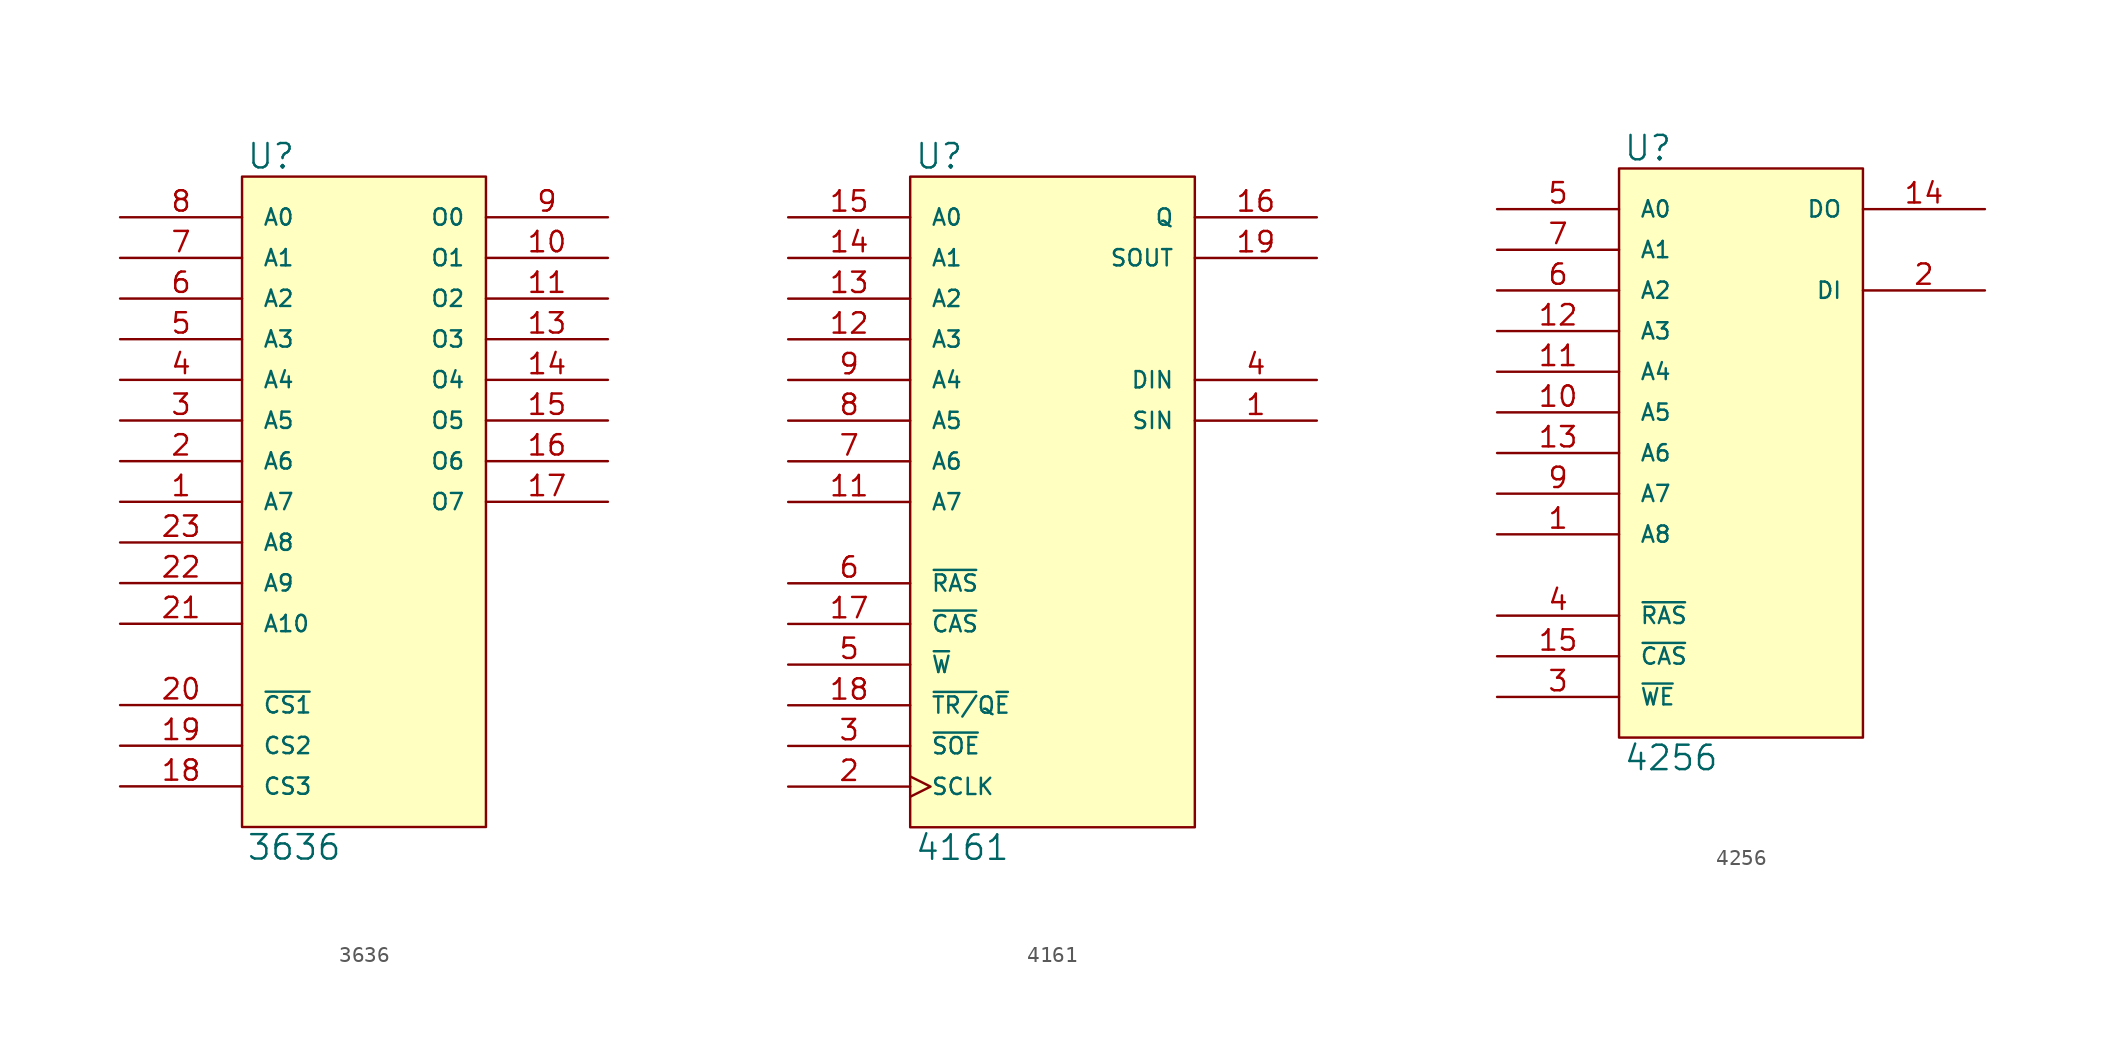
<source format=kicad_sym>
(kicad_symbol_lib
  (version 20231120)
  (generator "kicad_symbol_editor")
  (generator_version "8.0")
  (symbol "3636"
    (pin_names
      (offset 1.27))
    (property "Reference" "U"
      (at 0.254 0.381 0)
      (effects (font (size 1.524 1.524)) (justify left bottom)))
    (property "Value" "3636"
      (at 0.254 -41.021 0)
      (effects (font (size 1.524 1.524)) (justify left top)))
    (symbol "3636_0_1"
      (rectangle (start 0 0) (end 15.24 -40.64) (stroke (width 0) (type solid)) (fill (type background))))
    (symbol "3636_1_1"
      (pin input line (at -7.62 -20.32 0) (length 7.62) (name "A7" (effects (font (size 1.016 1.016)))) (number "1" (effects (font (size 1.27 1.27)))))
      (pin tri_state line (at 22.86 -5.08 180) (length 7.62) (name "O1" (effects (font (size 1.016 1.016)))) (number "10" (effects (font (size 1.27 1.27)))))
      (pin tri_state line (at 22.86 -7.62 180) (length 7.62) (name "O2" (effects (font (size 1.016 1.016)))) (number "11" (effects (font (size 1.27 1.27)))))
      (pin power_in line (at 0 -40.64 90) (length 0) hide (name "GND" (effects (font (size 1.016 1.016)))) (number "12" (effects (font (size 1.27 1.27)))))
      (pin tri_state line (at 22.86 -10.16 180) (length 7.62) (name "O3" (effects (font (size 1.016 1.016)))) (number "13" (effects (font (size 1.27 1.27)))))
      (pin tri_state line (at 22.86 -12.7 180) (length 7.62) (name "O4" (effects (font (size 1.016 1.016)))) (number "14" (effects (font (size 1.27 1.27)))))
      (pin tri_state line (at 22.86 -15.24 180) (length 7.62) (name "O5" (effects (font (size 1.016 1.016)))) (number "15" (effects (font (size 1.27 1.27)))))
      (pin tri_state line (at 22.86 -17.78 180) (length 7.62) (name "O6" (effects (font (size 1.016 1.016)))) (number "16" (effects (font (size 1.27 1.27)))))
      (pin tri_state line (at 22.86 -20.32 180) (length 7.62) (name "O7" (effects (font (size 1.016 1.016)))) (number "17" (effects (font (size 1.27 1.27)))))
      (pin input line (at -7.62 -38.1 0) (length 7.62) (name "CS3" (effects (font (size 1.016 1.016)))) (number "18" (effects (font (size 1.27 1.27)))))
      (pin input line (at -7.62 -35.56 0) (length 7.62) (name "CS2" (effects (font (size 1.016 1.016)))) (number "19" (effects (font (size 1.27 1.27)))))
      (pin input line (at -7.62 -17.78 0) (length 7.62) (name "A6" (effects (font (size 1.016 1.016)))) (number "2" (effects (font (size 1.27 1.27)))))
      (pin input line (at -7.62 -33.02 0) (length 7.62) (name "~{CS1}" (effects (font (size 1.016 1.016)))) (number "20" (effects (font (size 1.27 1.27)))))
      (pin input line (at -7.62 -27.94 0) (length 7.62) (name "A10" (effects (font (size 1.016 1.016)))) (number "21" (effects (font (size 1.27 1.27)))))
      (pin input line (at -7.62 -25.4 0) (length 7.62) (name "A9" (effects (font (size 1.016 1.016)))) (number "22" (effects (font (size 1.27 1.27)))))
      (pin input line (at -7.62 -22.86 0) (length 7.62) (name "A8" (effects (font (size 1.016 1.016)))) (number "23" (effects (font (size 1.27 1.27)))))
      (pin power_in line (at 0 0 270) (length 0) hide (name "VCC" (effects (font (size 1.016 1.016)))) (number "24" (effects (font (size 1.27 1.27)))))
      (pin input line (at -7.62 -15.24 0) (length 7.62) (name "A5" (effects (font (size 1.016 1.016)))) (number "3" (effects (font (size 1.27 1.27)))))
      (pin input line (at -7.62 -12.7 0) (length 7.62) (name "A4" (effects (font (size 1.016 1.016)))) (number "4" (effects (font (size 1.27 1.27)))))
      (pin input line (at -7.62 -10.16 0) (length 7.62) (name "A3" (effects (font (size 1.016 1.016)))) (number "5" (effects (font (size 1.27 1.27)))))
      (pin input line (at -7.62 -7.62 0) (length 7.62) (name "A2" (effects (font (size 1.016 1.016)))) (number "6" (effects (font (size 1.27 1.27)))))
      (pin input line (at -7.62 -5.08 0) (length 7.62) (name "A1" (effects (font (size 1.016 1.016)))) (number "7" (effects (font (size 1.27 1.27)))))
      (pin input line (at -7.62 -2.54 0) (length 7.62) (name "A0" (effects (font (size 1.016 1.016)))) (number "8" (effects (font (size 1.27 1.27)))))
      (pin tri_state line (at 22.86 -2.54 180) (length 7.62) (name "O0" (effects (font (size 1.016 1.016)))) (number "9" (effects (font (size 1.27 1.27)))))))
  (symbol "4161"
    (pin_names
      (offset 1.27))
    (property "Reference" "U"
      (at 0.254 0.381 0)
      (effects (font (size 1.524 1.524)) (justify left bottom)))
    (property "Value" "4161"
      (at 0.254 -41.021 0)
      (effects (font (size 1.524 1.524)) (justify left top)))
    (symbol "4161_0_1"
      (rectangle (start 0 0) (end 17.78 -40.64) (stroke (width 0) (type solid)) (fill (type background))))
    (symbol "4161_1_1"
      (pin input line (at 25.4 -15.24 180) (length 7.62) (name "SIN" (effects (font (size 1.016 1.016)))) (number "1" (effects (font (size 1.27 1.27)))))
      (pin power_in line (at 0 0 270) (length 0) hide (name "VDD" (effects (font (size 1.016 1.016)))) (number "10" (effects (font (size 1.27 1.27)))))
      (pin input line (at -7.62 -20.32 0) (length 7.62) (name "A7" (effects (font (size 1.016 1.016)))) (number "11" (effects (font (size 1.27 1.27)))))
      (pin input line (at -7.62 -10.16 0) (length 7.62) (name "A3" (effects (font (size 1.016 1.016)))) (number "12" (effects (font (size 1.27 1.27)))))
      (pin input line (at -7.62 -7.62 0) (length 7.62) (name "A2" (effects (font (size 1.016 1.016)))) (number "13" (effects (font (size 1.27 1.27)))))
      (pin input line (at -7.62 -5.08 0) (length 7.62) (name "A1" (effects (font (size 1.016 1.016)))) (number "14" (effects (font (size 1.27 1.27)))))
      (pin input line (at -7.62 -2.54 0) (length 7.62) (name "A0" (effects (font (size 1.016 1.016)))) (number "15" (effects (font (size 1.27 1.27)))))
      (pin tri_state line (at 25.4 -2.54 180) (length 7.62) (name "Q" (effects (font (size 1.016 1.016)))) (number "16" (effects (font (size 1.27 1.27)))))
      (pin input line (at -7.62 -27.94 0) (length 7.62) (name "~{CAS}" (effects (font (size 1.016 1.016)))) (number "17" (effects (font (size 1.27 1.27)))))
      (pin input line (at -7.62 -33.02 0) (length 7.62) (name "~{TR/}Q~{E}" (effects (font (size 1.016 1.016)))) (number "18" (effects (font (size 1.27 1.27)))))
      (pin output line (at 25.4 -5.08 180) (length 7.62) (name "SOUT" (effects (font (size 1.016 1.016)))) (number "19" (effects (font (size 1.27 1.27)))))
      (pin input clock (at -7.62 -38.1 0) (length 7.62) (name "SCLK" (effects (font (size 1.016 1.016)))) (number "2" (effects (font (size 1.27 1.27)))))
      (pin power_in line (at 0 -40.64 90) (length 0) hide (name "VSS" (effects (font (size 1.016 1.016)))) (number "20" (effects (font (size 1.27 1.27)))))
      (pin input line (at -7.62 -35.56 0) (length 7.62) (name "~{SOE}" (effects (font (size 1.016 1.016)))) (number "3" (effects (font (size 1.27 1.27)))))
      (pin input line (at 25.4 -12.7 180) (length 7.62) (name "DIN" (effects (font (size 1.016 1.016)))) (number "4" (effects (font (size 1.27 1.27)))))
      (pin input line (at -7.62 -30.48 0) (length 7.62) (name "~{W}" (effects (font (size 1.016 1.016)))) (number "5" (effects (font (size 1.27 1.27)))))
      (pin input line (at -7.62 -25.4 0) (length 7.62) (name "~{RAS}" (effects (font (size 1.016 1.016)))) (number "6" (effects (font (size 1.27 1.27)))))
      (pin input line (at -7.62 -17.78 0) (length 7.62) (name "A6" (effects (font (size 1.016 1.016)))) (number "7" (effects (font (size 1.27 1.27)))))
      (pin input line (at -7.62 -15.24 0) (length 7.62) (name "A5" (effects (font (size 1.016 1.016)))) (number "8" (effects (font (size 1.27 1.27)))))
      (pin input line (at -7.62 -12.7 0) (length 7.62) (name "A4" (effects (font (size 1.016 1.016)))) (number "9" (effects (font (size 1.27 1.27)))))))
  (symbol "4256"
    (pin_names
      (offset 1.27))
    (property "Reference" "U"
      (at 0.254 0.381 0)
      (effects (font (size 1.524 1.524)) (justify left bottom)))
    (property "Value" "4256"
      (at 0.254 -35.941 0)
      (effects (font (size 1.524 1.524)) (justify left top)))
    (symbol "4256_0_1"
      (rectangle (start 0 0) (end 15.24 -35.56) (stroke (width 0) (type solid)) (fill (type background))))
    (symbol "4256_1_1"
      (pin input line (at -7.62 -22.86 0) (length 7.62) (name "A8" (effects (font (size 1.016 1.016)))) (number "1" (effects (font (size 1.27 1.27)))))
      (pin input line (at -7.62 -15.24 0) (length 7.62) (name "A5" (effects (font (size 1.016 1.016)))) (number "10" (effects (font (size 1.27 1.27)))))
      (pin input line (at -7.62 -12.7 0) (length 7.62) (name "A4" (effects (font (size 1.016 1.016)))) (number "11" (effects (font (size 1.27 1.27)))))
      (pin input line (at -7.62 -10.16 0) (length 7.62) (name "A3" (effects (font (size 1.016 1.016)))) (number "12" (effects (font (size 1.27 1.27)))))
      (pin input line (at -7.62 -17.78 0) (length 7.62) (name "A6" (effects (font (size 1.016 1.016)))) (number "13" (effects (font (size 1.27 1.27)))))
      (pin tri_state line (at 22.86 -2.54 180) (length 7.62) (name "DO" (effects (font (size 1.016 1.016)))) (number "14" (effects (font (size 1.27 1.27)))))
      (pin input line (at -7.62 -30.48 0) (length 7.62) (name "~{CAS}" (effects (font (size 1.016 1.016)))) (number "15" (effects (font (size 1.27 1.27)))))
      (pin power_in line (at 0 -35.56 90) (length 0) hide (name "VSS" (effects (font (size 1.016 1.016)))) (number "16" (effects (font (size 1.27 1.27)))))
      (pin input line (at 22.86 -7.62 180) (length 7.62) (name "DI" (effects (font (size 1.016 1.016)))) (number "2" (effects (font (size 1.27 1.27)))))
      (pin input line (at -7.62 -33.02 0) (length 7.62) (name "~{WE}" (effects (font (size 1.016 1.016)))) (number "3" (effects (font (size 1.27 1.27)))))
      (pin input line (at -7.62 -27.94 0) (length 7.62) (name "~{RAS}" (effects (font (size 1.016 1.016)))) (number "4" (effects (font (size 1.27 1.27)))))
      (pin input line (at -7.62 -2.54 0) (length 7.62) (name "A0" (effects (font (size 1.016 1.016)))) (number "5" (effects (font (size 1.27 1.27)))))
      (pin input line (at -7.62 -7.62 0) (length 7.62) (name "A2" (effects (font (size 1.016 1.016)))) (number "6" (effects (font (size 1.27 1.27)))))
      (pin input line (at -7.62 -5.08 0) (length 7.62) (name "A1" (effects (font (size 1.016 1.016)))) (number "7" (effects (font (size 1.27 1.27)))))
      (pin power_in line (at 0 0 270) (length 0) hide (name "VCC" (effects (font (size 1.016 1.016)))) (number "8" (effects (font (size 1.27 1.27)))))
      (pin input line (at -7.62 -20.32 0) (length 7.62) (name "A7" (effects (font (size 1.016 1.016)))) (number "9" (effects (font (size 1.27 1.27))))))))
</source>
